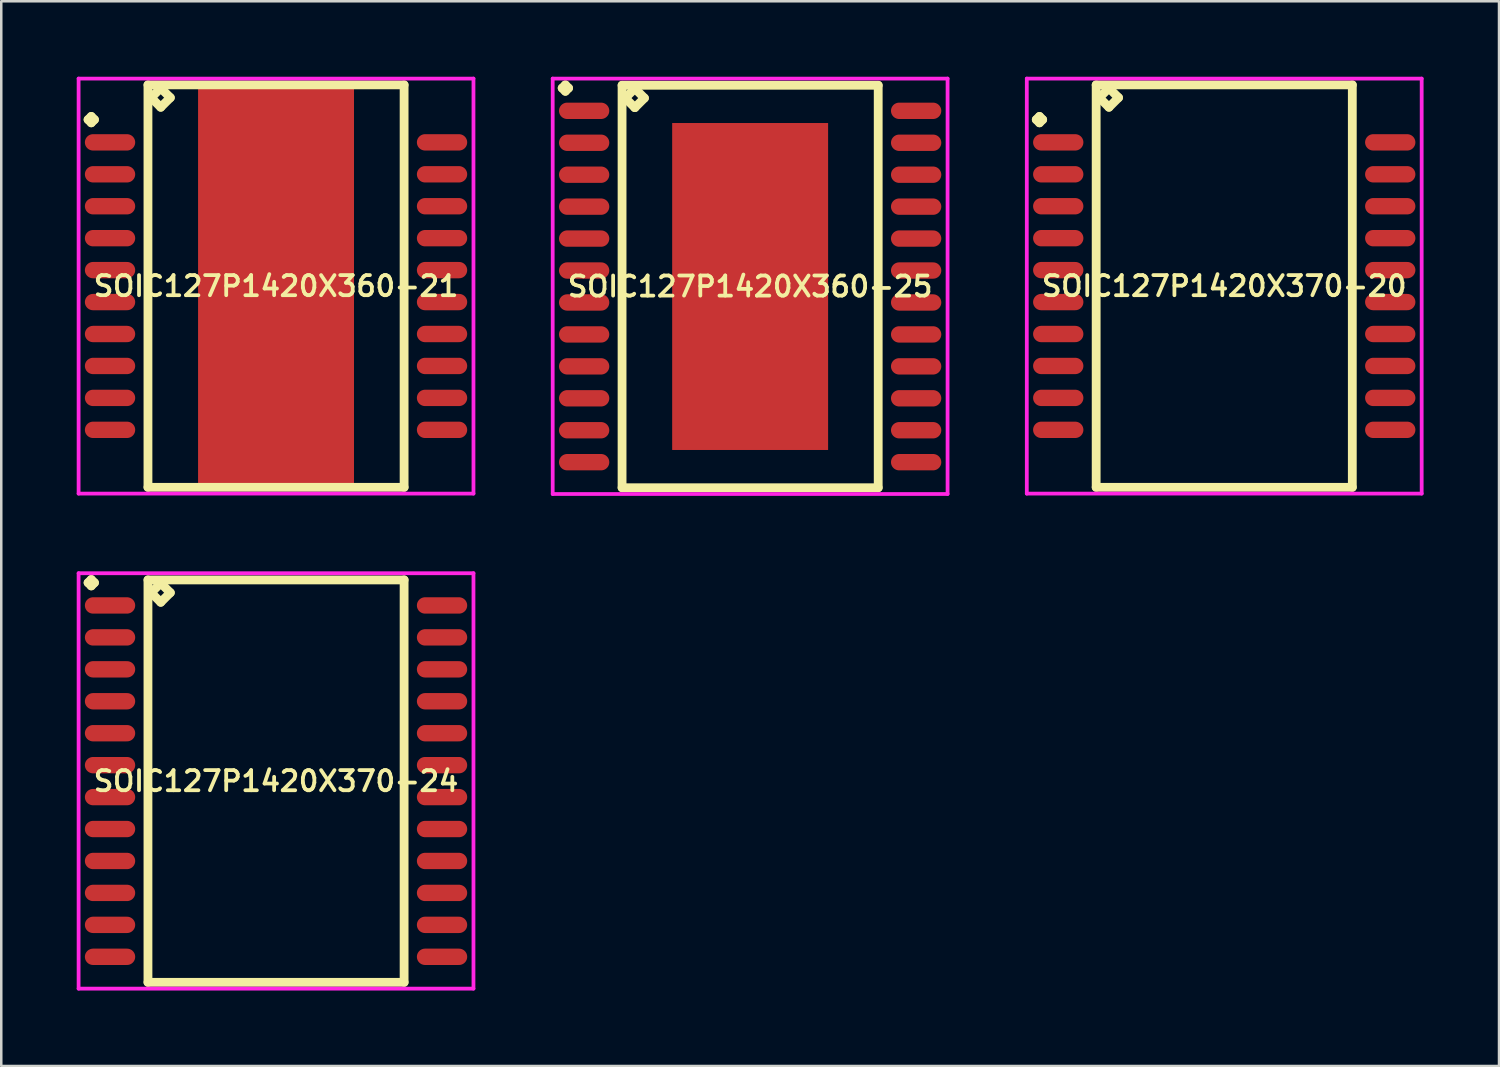
<source format=kicad_pcb>
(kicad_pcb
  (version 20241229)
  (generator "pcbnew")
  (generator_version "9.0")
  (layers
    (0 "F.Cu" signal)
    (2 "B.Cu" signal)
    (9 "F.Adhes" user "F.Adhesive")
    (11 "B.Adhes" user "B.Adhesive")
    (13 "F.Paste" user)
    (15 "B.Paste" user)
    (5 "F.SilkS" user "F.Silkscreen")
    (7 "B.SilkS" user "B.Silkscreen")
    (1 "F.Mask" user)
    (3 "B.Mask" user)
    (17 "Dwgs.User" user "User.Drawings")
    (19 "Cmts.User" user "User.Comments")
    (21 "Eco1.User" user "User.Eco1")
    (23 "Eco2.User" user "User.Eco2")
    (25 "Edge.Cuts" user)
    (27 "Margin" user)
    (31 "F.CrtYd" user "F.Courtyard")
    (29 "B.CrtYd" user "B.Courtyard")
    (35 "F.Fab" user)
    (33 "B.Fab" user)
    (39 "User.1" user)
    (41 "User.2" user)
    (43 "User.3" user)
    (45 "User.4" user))
  (footprint "SOIC127P1420X360-25"
    (layer "F.Cu")
    (at 26.775 8.341)
    (property "Reference" "SOIC127P1420X360-25" (at 0 0 0) (layer "F.SilkS") (effects (font (size 0.8 0.8) (thickness 0.15))))
    (attr smd)
    (fp_line (start -7.473 -7.889) (end -7.346 -8.016) (stroke (width 0.35) (type solid)) (layer "F.SilkS"))
    (fp_line (start -7.346 -8.016) (end -7.219 -7.889) (stroke (width 0.35) (type solid)) (layer "F.SilkS"))
    (fp_line (start -7.346 -7.762) (end -7.473 -7.889) (stroke (width 0.35) (type solid)) (layer "F.SilkS"))
    (fp_line (start -7.219 -7.889) (end -7.346 -7.762) (stroke (width 0.35) (type solid)) (layer "F.SilkS"))
    (fp_line (start -5.092 -8) (end -5.092 8) (stroke (width 0.35) (type solid)) (layer "F.SilkS"))
    (fp_line (start -5.092 8) (end 5.092 8) (stroke (width 0.35) (type solid)) (layer "F.SilkS"))
    (fp_line (start -4.965 -7.492) (end -4.584 -7.873) (stroke (width 0.35) (type solid)) (layer "F.SilkS"))
    (fp_line (start -4.584 -7.873) (end -4.203 -7.492) (stroke (width 0.35) (type solid)) (layer "F.SilkS"))
    (fp_line (start -4.584 -7.111) (end -4.965 -7.492) (stroke (width 0.35) (type solid)) (layer "F.SilkS"))
    (fp_line (start -4.203 -7.492) (end -4.584 -7.111) (stroke (width 0.35) (type solid)) (layer "F.SilkS"))
    (fp_line (start 5.092 -8) (end -5.092 -8) (stroke (width 0.35) (type solid)) (layer "F.SilkS"))
    (fp_line (start 5.092 8) (end 5.092 -8) (stroke (width 0.35) (type solid)) (layer "F.SilkS"))
    (fp_line (start -7.85 -8.266) (end 7.85 -8.266) (stroke (width 0.15) (type solid)) (layer "F.CrtYd"))
    (fp_line (start -7.85 8.25) (end -7.85 -8.266) (stroke (width 0.15) (type solid)) (layer "F.CrtYd"))
    (fp_line (start 7.85 -8.266) (end 7.85 8.25) (stroke (width 0.15) (type solid)) (layer "F.CrtYd"))
    (fp_line (start 7.85 8.25) (end -7.85 8.25) (stroke (width 0.15) (type solid)) (layer "F.CrtYd"))
    (pad "1" smd oval (at -6.6 -6.985) (size 2 0.65) (layers "F.Cu" "F.Mask" "F.Paste"))
    (pad "2" smd oval (at -6.6 -5.715) (size 2 0.65) (layers "F.Cu" "F.Mask" "F.Paste"))
    (pad "3" smd oval (at -6.6 -4.445) (size 2 0.65) (layers "F.Cu" "F.Mask" "F.Paste"))
    (pad "4" smd oval (at -6.6 -3.175) (size 2 0.65) (layers "F.Cu" "F.Mask" "F.Paste"))
    (pad "5" smd oval (at -6.6 -1.905) (size 2 0.65) (layers "F.Cu" "F.Mask" "F.Paste"))
    (pad "6" smd oval (at -6.6 -0.635) (size 2 0.65) (layers "F.Cu" "F.Mask" "F.Paste"))
    (pad "7" smd oval (at -6.6 0.635) (size 2 0.65) (layers "F.Cu" "F.Mask" "F.Paste"))
    (pad "8" smd oval (at -6.6 1.905) (size 2 0.65) (layers "F.Cu" "F.Mask" "F.Paste"))
    (pad "9" smd oval (at -6.6 3.175) (size 2 0.65) (layers "F.Cu" "F.Mask" "F.Paste"))
    (pad "10" smd oval (at -6.6 4.445) (size 2 0.65) (layers "F.Cu" "F.Mask" "F.Paste"))
    (pad "11" smd oval (at -6.6 5.715) (size 2 0.65) (layers "F.Cu" "F.Mask" "F.Paste"))
    (pad "12" smd oval (at -6.6 6.985) (size 2 0.65) (layers "F.Cu" "F.Mask" "F.Paste"))
    (pad "13" smd oval (at 6.6 6.985) (size 2 0.65) (layers "F.Cu" "F.Mask" "F.Paste"))
    (pad "14" smd oval (at 6.6 5.715) (size 2 0.65) (layers "F.Cu" "F.Mask" "F.Paste"))
    (pad "15" smd oval (at 6.6 4.445) (size 2 0.65) (layers "F.Cu" "F.Mask" "F.Paste"))
    (pad "16" smd oval (at 6.6 3.175) (size 2 0.65) (layers "F.Cu" "F.Mask" "F.Paste"))
    (pad "17" smd oval (at 6.6 1.905) (size 2 0.65) (layers "F.Cu" "F.Mask" "F.Paste"))
    (pad "18" smd oval (at 6.6 0.635) (size 2 0.65) (layers "F.Cu" "F.Mask" "F.Paste"))
    (pad "19" smd oval (at 6.6 -0.635) (size 2 0.65) (layers "F.Cu" "F.Mask" "F.Paste"))
    (pad "20" smd oval (at 6.6 -1.905) (size 2 0.65) (layers "F.Cu" "F.Mask" "F.Paste"))
    (pad "21" smd oval (at 6.6 -3.175) (size 2 0.65) (layers "F.Cu" "F.Mask" "F.Paste"))
    (pad "22" smd oval (at 6.6 -4.445) (size 2 0.65) (layers "F.Cu" "F.Mask" "F.Paste"))
    (pad "23" smd oval (at 6.6 -5.715) (size 2 0.65) (layers "F.Cu" "F.Mask" "F.Paste"))
    (pad "24" smd oval (at 6.6 -6.985) (size 2 0.65) (layers "F.Cu" "F.Mask" "F.Paste"))
    (pad "25" smd rect (at 0 0) (size 6.2 13) (layers "F.Cu" "F.Mask" "F.Paste")))
  (footprint "SOIC127P1420X370-24"
    (layer "F.Cu")
    (at 7.925 28.007)
    (property "Reference" "SOIC127P1420X370-24" (at 0 0 0) (layer "F.SilkS") (effects (font (size 0.8 0.8) (thickness 0.15))))
    (attr smd)
    (fp_line (start -7.473 -7.889) (end -7.346 -8.016) (stroke (width 0.35) (type solid)) (layer "F.SilkS"))
    (fp_line (start -7.346 -8.016) (end -7.219 -7.889) (stroke (width 0.35) (type solid)) (layer "F.SilkS"))
    (fp_line (start -7.346 -7.762) (end -7.473 -7.889) (stroke (width 0.35) (type solid)) (layer "F.SilkS"))
    (fp_line (start -7.219 -7.889) (end -7.346 -7.762) (stroke (width 0.35) (type solid)) (layer "F.SilkS"))
    (fp_line (start -5.092 -8) (end -5.092 8) (stroke (width 0.35) (type solid)) (layer "F.SilkS"))
    (fp_line (start -5.092 8) (end 5.092 8) (stroke (width 0.35) (type solid)) (layer "F.SilkS"))
    (fp_line (start -4.965 -7.492) (end -4.584 -7.873) (stroke (width 0.35) (type solid)) (layer "F.SilkS"))
    (fp_line (start -4.584 -7.873) (end -4.203 -7.492) (stroke (width 0.35) (type solid)) (layer "F.SilkS"))
    (fp_line (start -4.584 -7.111) (end -4.965 -7.492) (stroke (width 0.35) (type solid)) (layer "F.SilkS"))
    (fp_line (start -4.203 -7.492) (end -4.584 -7.111) (stroke (width 0.35) (type solid)) (layer "F.SilkS"))
    (fp_line (start 5.092 -8) (end -5.092 -8) (stroke (width 0.35) (type solid)) (layer "F.SilkS"))
    (fp_line (start 5.092 8) (end 5.092 -8) (stroke (width 0.35) (type solid)) (layer "F.SilkS"))
    (fp_line (start -7.85 -8.266) (end 7.85 -8.266) (stroke (width 0.15) (type solid)) (layer "F.CrtYd"))
    (fp_line (start -7.85 8.25) (end -7.85 -8.266) (stroke (width 0.15) (type solid)) (layer "F.CrtYd"))
    (fp_line (start 7.85 -8.266) (end 7.85 8.25) (stroke (width 0.15) (type solid)) (layer "F.CrtYd"))
    (fp_line (start 7.85 8.25) (end -7.85 8.25) (stroke (width 0.15) (type solid)) (layer "F.CrtYd"))
    (pad "1" smd oval (at -6.6 -6.985) (size 2 0.65) (layers "F.Cu" "F.Mask" "F.Paste"))
    (pad "2" smd oval (at -6.6 -5.715) (size 2 0.65) (layers "F.Cu" "F.Mask" "F.Paste"))
    (pad "3" smd oval (at -6.6 -4.445) (size 2 0.65) (layers "F.Cu" "F.Mask" "F.Paste"))
    (pad "4" smd oval (at -6.6 -3.175) (size 2 0.65) (layers "F.Cu" "F.Mask" "F.Paste"))
    (pad "5" smd oval (at -6.6 -1.905) (size 2 0.65) (layers "F.Cu" "F.Mask" "F.Paste"))
    (pad "6" smd oval (at -6.6 -0.635) (size 2 0.65) (layers "F.Cu" "F.Mask" "F.Paste"))
    (pad "7" smd oval (at -6.6 0.635) (size 2 0.65) (layers "F.Cu" "F.Mask" "F.Paste"))
    (pad "8" smd oval (at -6.6 1.905) (size 2 0.65) (layers "F.Cu" "F.Mask" "F.Paste"))
    (pad "9" smd oval (at -6.6 3.175) (size 2 0.65) (layers "F.Cu" "F.Mask" "F.Paste"))
    (pad "10" smd oval (at -6.6 4.445) (size 2 0.65) (layers "F.Cu" "F.Mask" "F.Paste"))
    (pad "11" smd oval (at -6.6 5.715) (size 2 0.65) (layers "F.Cu" "F.Mask" "F.Paste"))
    (pad "12" smd oval (at -6.6 6.985) (size 2 0.65) (layers "F.Cu" "F.Mask" "F.Paste"))
    (pad "13" smd oval (at 6.6 6.985) (size 2 0.65) (layers "F.Cu" "F.Mask" "F.Paste"))
    (pad "14" smd oval (at 6.6 5.715) (size 2 0.65) (layers "F.Cu" "F.Mask" "F.Paste"))
    (pad "15" smd oval (at 6.6 4.445) (size 2 0.65) (layers "F.Cu" "F.Mask" "F.Paste"))
    (pad "16" smd oval (at 6.6 3.175) (size 2 0.65) (layers "F.Cu" "F.Mask" "F.Paste"))
    (pad "17" smd oval (at 6.6 1.905) (size 2 0.65) (layers "F.Cu" "F.Mask" "F.Paste"))
    (pad "18" smd oval (at 6.6 0.635) (size 2 0.65) (layers "F.Cu" "F.Mask" "F.Paste"))
    (pad "19" smd oval (at 6.6 -0.635) (size 2 0.65) (layers "F.Cu" "F.Mask" "F.Paste"))
    (pad "20" smd oval (at 6.6 -1.905) (size 2 0.65) (layers "F.Cu" "F.Mask" "F.Paste"))
    (pad "21" smd oval (at 6.6 -3.175) (size 2 0.65) (layers "F.Cu" "F.Mask" "F.Paste"))
    (pad "22" smd oval (at 6.6 -4.445) (size 2 0.65) (layers "F.Cu" "F.Mask" "F.Paste"))
    (pad "23" smd oval (at 6.6 -5.715) (size 2 0.65) (layers "F.Cu" "F.Mask" "F.Paste"))
    (pad "24" smd oval (at 6.6 -6.985) (size 2 0.65) (layers "F.Cu" "F.Mask" "F.Paste")))
  (footprint "SOIC127P1420X370-20"
    (layer "F.Cu")
    (at 45.625 8.325)
    (property "Reference" "SOIC127P1420X370-20" (at 0 0 0) (layer "F.SilkS") (effects (font (size 0.8 0.8) (thickness 0.15))))
    (attr smd)
    (fp_line (start -7.473 -6.619) (end -7.346 -6.746) (stroke (width 0.35) (type solid)) (layer "F.SilkS"))
    (fp_line (start -7.346 -6.746) (end -7.219 -6.619) (stroke (width 0.35) (type solid)) (layer "F.SilkS"))
    (fp_line (start -7.346 -6.492) (end -7.473 -6.619) (stroke (width 0.35) (type solid)) (layer "F.SilkS"))
    (fp_line (start -7.219 -6.619) (end -7.346 -6.492) (stroke (width 0.35) (type solid)) (layer "F.SilkS"))
    (fp_line (start -5.092 -8) (end -5.092 8) (stroke (width 0.35) (type solid)) (layer "F.SilkS"))
    (fp_line (start -5.092 8) (end 5.092 8) (stroke (width 0.35) (type solid)) (layer "F.SilkS"))
    (fp_line (start -4.965 -7.492) (end -4.584 -7.873) (stroke (width 0.35) (type solid)) (layer "F.SilkS"))
    (fp_line (start -4.584 -7.873) (end -4.203 -7.492) (stroke (width 0.35) (type solid)) (layer "F.SilkS"))
    (fp_line (start -4.584 -7.111) (end -4.965 -7.492) (stroke (width 0.35) (type solid)) (layer "F.SilkS"))
    (fp_line (start -4.203 -7.492) (end -4.584 -7.111) (stroke (width 0.35) (type solid)) (layer "F.SilkS"))
    (fp_line (start 5.092 -8) (end -5.092 -8) (stroke (width 0.35) (type solid)) (layer "F.SilkS"))
    (fp_line (start 5.092 8) (end 5.092 -8) (stroke (width 0.35) (type solid)) (layer "F.SilkS"))
    (fp_line (start -7.85 -8.25) (end 7.85 -8.25) (stroke (width 0.15) (type solid)) (layer "F.CrtYd"))
    (fp_line (start -7.85 8.25) (end -7.85 -8.25) (stroke (width 0.15) (type solid)) (layer "F.CrtYd"))
    (fp_line (start 7.85 -8.25) (end 7.85 8.25) (stroke (width 0.15) (type solid)) (layer "F.CrtYd"))
    (fp_line (start 7.85 8.25) (end -7.85 8.25) (stroke (width 0.15) (type solid)) (layer "F.CrtYd"))
    (pad "1" smd oval (at -6.6 -5.715) (size 2 0.65) (layers "F.Cu" "F.Mask" "F.Paste"))
    (pad "2" smd oval (at -6.6 -4.445) (size 2 0.65) (layers "F.Cu" "F.Mask" "F.Paste"))
    (pad "3" smd oval (at -6.6 -3.175) (size 2 0.65) (layers "F.Cu" "F.Mask" "F.Paste"))
    (pad "4" smd oval (at -6.6 -1.905) (size 2 0.65) (layers "F.Cu" "F.Mask" "F.Paste"))
    (pad "5" smd oval (at -6.6 -0.635) (size 2 0.65) (layers "F.Cu" "F.Mask" "F.Paste"))
    (pad "6" smd oval (at -6.6 0.635) (size 2 0.65) (layers "F.Cu" "F.Mask" "F.Paste"))
    (pad "7" smd oval (at -6.6 1.905) (size 2 0.65) (layers "F.Cu" "F.Mask" "F.Paste"))
    (pad "8" smd oval (at -6.6 3.175) (size 2 0.65) (layers "F.Cu" "F.Mask" "F.Paste"))
    (pad "9" smd oval (at -6.6 4.445) (size 2 0.65) (layers "F.Cu" "F.Mask" "F.Paste"))
    (pad "10" smd oval (at -6.6 5.715) (size 2 0.65) (layers "F.Cu" "F.Mask" "F.Paste"))
    (pad "11" smd oval (at 6.6 5.715) (size 2 0.65) (layers "F.Cu" "F.Mask" "F.Paste"))
    (pad "12" smd oval (at 6.6 4.445) (size 2 0.65) (layers "F.Cu" "F.Mask" "F.Paste"))
    (pad "13" smd oval (at 6.6 3.175) (size 2 0.65) (layers "F.Cu" "F.Mask" "F.Paste"))
    (pad "14" smd oval (at 6.6 1.905) (size 2 0.65) (layers "F.Cu" "F.Mask" "F.Paste"))
    (pad "15" smd oval (at 6.6 0.635) (size 2 0.65) (layers "F.Cu" "F.Mask" "F.Paste"))
    (pad "16" smd oval (at 6.6 -0.635) (size 2 0.65) (layers "F.Cu" "F.Mask" "F.Paste"))
    (pad "17" smd oval (at 6.6 -1.905) (size 2 0.65) (layers "F.Cu" "F.Mask" "F.Paste"))
    (pad "18" smd oval (at 6.6 -3.175) (size 2 0.65) (layers "F.Cu" "F.Mask" "F.Paste"))
    (pad "19" smd oval (at 6.6 -4.445) (size 2 0.65) (layers "F.Cu" "F.Mask" "F.Paste"))
    (pad "20" smd oval (at 6.6 -5.715) (size 2 0.65) (layers "F.Cu" "F.Mask" "F.Paste")))
  (footprint "SOIC127P1420X360-21"
    (layer "F.Cu")
    (at 7.925 8.325)
    (property "Reference" "SOIC127P1420X360-21" (at 0 0 0) (layer "F.SilkS") (effects (font (size 0.8 0.8) (thickness 0.15))))
    (attr smd)
    (fp_line (start -7.473 -6.619) (end -7.346 -6.746) (stroke (width 0.35) (type solid)) (layer "F.SilkS"))
    (fp_line (start -7.346 -6.746) (end -7.219 -6.619) (stroke (width 0.35) (type solid)) (layer "F.SilkS"))
    (fp_line (start -7.346 -6.492) (end -7.473 -6.619) (stroke (width 0.35) (type solid)) (layer "F.SilkS"))
    (fp_line (start -7.219 -6.619) (end -7.346 -6.492) (stroke (width 0.35) (type solid)) (layer "F.SilkS"))
    (fp_line (start -5.092 -8) (end -5.092 8) (stroke (width 0.35) (type solid)) (layer "F.SilkS"))
    (fp_line (start -5.092 8) (end 5.092 8) (stroke (width 0.35) (type solid)) (layer "F.SilkS"))
    (fp_line (start -4.965 -7.492) (end -4.584 -7.873) (stroke (width 0.35) (type solid)) (layer "F.SilkS"))
    (fp_line (start -4.584 -7.873) (end -4.203 -7.492) (stroke (width 0.35) (type solid)) (layer "F.SilkS"))
    (fp_line (start -4.584 -7.111) (end -4.965 -7.492) (stroke (width 0.35) (type solid)) (layer "F.SilkS"))
    (fp_line (start -4.203 -7.492) (end -4.584 -7.111) (stroke (width 0.35) (type solid)) (layer "F.SilkS"))
    (fp_line (start 5.092 -8) (end -5.092 -8) (stroke (width 0.35) (type solid)) (layer "F.SilkS"))
    (fp_line (start 5.092 8) (end 5.092 -8) (stroke (width 0.35) (type solid)) (layer "F.SilkS"))
    (fp_line (start -7.85 -8.25) (end 7.85 -8.25) (stroke (width 0.15) (type solid)) (layer "F.CrtYd"))
    (fp_line (start -7.85 8.25) (end -7.85 -8.25) (stroke (width 0.15) (type solid)) (layer "F.CrtYd"))
    (fp_line (start 7.85 -8.25) (end 7.85 8.25) (stroke (width 0.15) (type solid)) (layer "F.CrtYd"))
    (fp_line (start 7.85 8.25) (end -7.85 8.25) (stroke (width 0.15) (type solid)) (layer "F.CrtYd"))
    (pad "1" smd oval (at -6.6 -5.715) (size 2 0.65) (layers "F.Cu" "F.Mask" "F.Paste"))
    (pad "2" smd oval (at -6.6 -4.445) (size 2 0.65) (layers "F.Cu" "F.Mask" "F.Paste"))
    (pad "3" smd oval (at -6.6 -3.175) (size 2 0.65) (layers "F.Cu" "F.Mask" "F.Paste"))
    (pad "4" smd oval (at -6.6 -1.905) (size 2 0.65) (layers "F.Cu" "F.Mask" "F.Paste"))
    (pad "5" smd oval (at -6.6 -0.635) (size 2 0.65) (layers "F.Cu" "F.Mask" "F.Paste"))
    (pad "6" smd oval (at -6.6 0.635) (size 2 0.65) (layers "F.Cu" "F.Mask" "F.Paste"))
    (pad "7" smd oval (at -6.6 1.905) (size 2 0.65) (layers "F.Cu" "F.Mask" "F.Paste"))
    (pad "8" smd oval (at -6.6 3.175) (size 2 0.65) (layers "F.Cu" "F.Mask" "F.Paste"))
    (pad "9" smd oval (at -6.6 4.445) (size 2 0.65) (layers "F.Cu" "F.Mask" "F.Paste"))
    (pad "10" smd oval (at -6.6 5.715) (size 2 0.65) (layers "F.Cu" "F.Mask" "F.Paste"))
    (pad "11" smd oval (at 6.6 5.715) (size 2 0.65) (layers "F.Cu" "F.Mask" "F.Paste"))
    (pad "12" smd oval (at 6.6 4.445) (size 2 0.65) (layers "F.Cu" "F.Mask" "F.Paste"))
    (pad "13" smd oval (at 6.6 3.175) (size 2 0.65) (layers "F.Cu" "F.Mask" "F.Paste"))
    (pad "14" smd oval (at 6.6 1.905) (size 2 0.65) (layers "F.Cu" "F.Mask" "F.Paste"))
    (pad "15" smd oval (at 6.6 0.635) (size 2 0.65) (layers "F.Cu" "F.Mask" "F.Paste"))
    (pad "16" smd oval (at 6.6 -0.635) (size 2 0.65) (layers "F.Cu" "F.Mask" "F.Paste"))
    (pad "17" smd oval (at 6.6 -1.905) (size 2 0.65) (layers "F.Cu" "F.Mask" "F.Paste"))
    (pad "18" smd oval (at 6.6 -3.175) (size 2 0.65) (layers "F.Cu" "F.Mask" "F.Paste"))
    (pad "19" smd oval (at 6.6 -4.445) (size 2 0.65) (layers "F.Cu" "F.Mask" "F.Paste"))
    (pad "20" smd oval (at 6.6 -5.715) (size 2 0.65) (layers "F.Cu" "F.Mask" "F.Paste"))
    (pad "21" smd rect (at 0 0) (size 6.2 16) (layers "F.Cu" "F.Mask" "F.Paste")))
  (gr_rect
    (start -3 -3)
    (end 56.55 39.332)
    (stroke (width 0.1) (type default))
    (fill no)
    (layer "Edge.Cuts")))
</source>
